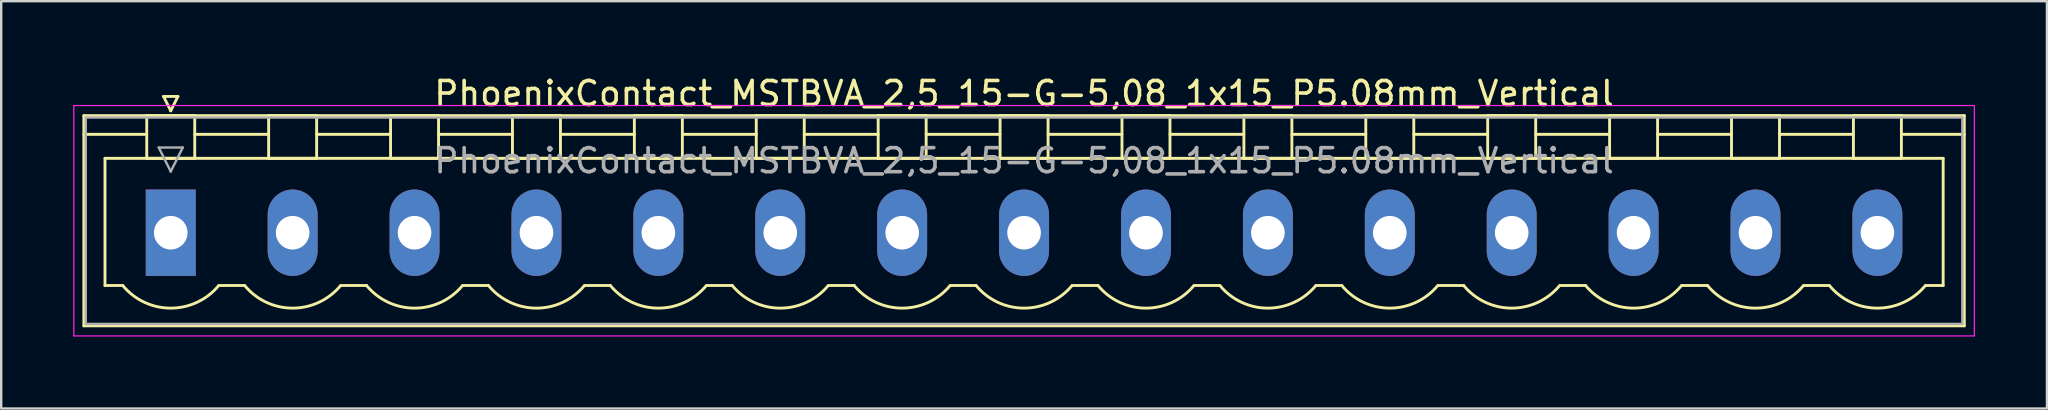
<source format=kicad_pcb>
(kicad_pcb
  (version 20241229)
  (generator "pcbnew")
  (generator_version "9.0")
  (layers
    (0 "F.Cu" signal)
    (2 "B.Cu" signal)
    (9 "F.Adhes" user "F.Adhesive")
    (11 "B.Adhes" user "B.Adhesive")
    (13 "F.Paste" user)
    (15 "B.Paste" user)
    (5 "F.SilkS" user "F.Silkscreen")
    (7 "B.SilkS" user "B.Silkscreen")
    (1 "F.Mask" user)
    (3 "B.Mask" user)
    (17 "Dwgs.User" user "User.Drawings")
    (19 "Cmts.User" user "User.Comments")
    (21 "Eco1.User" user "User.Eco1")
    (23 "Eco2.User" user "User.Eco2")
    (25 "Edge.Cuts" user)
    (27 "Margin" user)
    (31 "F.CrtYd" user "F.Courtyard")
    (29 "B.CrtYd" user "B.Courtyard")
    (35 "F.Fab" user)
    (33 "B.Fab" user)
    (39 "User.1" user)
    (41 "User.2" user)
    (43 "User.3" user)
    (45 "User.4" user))
  (footprint "PhoenixContact_MSTBVA_2,5_15-G-5,08_1x15_P5.08mm_Vertical"
    (layer "F.Cu")
    (at 4.065 6.648)
    (property "Reference" "PhoenixContact_MSTBVA_2,5_15-G-5,08_1x15_P5.08mm_Vertical" (at 35.56 -5.8 0) (layer "F.SilkS") (effects (font (size 1 1) (thickness 0.15))))
    (attr through_hole)
    (fp_line (start -3.62 -4.88) (end -3.62 3.88) (stroke (width 0.12) (type solid)) (layer "F.SilkS"))
    (fp_line (start -3.62 -4.1) (end -1.08 -4.1) (stroke (width 0.12) (type solid)) (layer "F.SilkS"))
    (fp_line (start -3.62 3.88) (end 74.74 3.88) (stroke (width 0.12) (type solid)) (layer "F.SilkS"))
    (fp_line (start -2.74 -3.1) (end 73.86 -3.1) (stroke (width 0.12) (type solid)) (layer "F.SilkS"))
    (fp_line (start -2.74 2.2) (end -2.74 -3.1) (stroke (width 0.12) (type solid)) (layer "F.SilkS"))
    (fp_line (start -2 2.2) (end -2.74 2.2) (stroke (width 0.12) (type solid)) (layer "F.SilkS"))
    (fp_line (start -1 -4.88) (end 1 -4.88) (stroke (width 0.12) (type solid)) (layer "F.SilkS"))
    (fp_line (start -1 -3.1) (end -1 -4.88) (stroke (width 0.12) (type solid)) (layer "F.SilkS"))
    (fp_line (start -0.3 -5.68) (end 0.3 -5.68) (stroke (width 0.12) (type solid)) (layer "F.SilkS"))
    (fp_line (start 0 -5.08) (end -0.3 -5.68) (stroke (width 0.12) (type solid)) (layer "F.SilkS"))
    (fp_line (start 0.3 -5.68) (end 0 -5.08) (stroke (width 0.12) (type solid)) (layer "F.SilkS"))
    (fp_line (start 1 -4.88) (end 1 -3.1) (stroke (width 0.12) (type solid)) (layer "F.SilkS"))
    (fp_line (start 1 -4.1) (end 4.08 -4.1) (stroke (width 0.12) (type solid)) (layer "F.SilkS"))
    (fp_line (start 1 -3.1) (end -1 -3.1) (stroke (width 0.12) (type solid)) (layer "F.SilkS"))
    (fp_line (start 2 2.2) (end 3.08 2.2) (stroke (width 0.12) (type solid)) (layer "F.SilkS"))
    (fp_line (start 4.08 -4.88) (end 6.08 -4.88) (stroke (width 0.12) (type solid)) (layer "F.SilkS"))
    (fp_line (start 4.08 -3.1) (end 4.08 -4.88) (stroke (width 0.12) (type solid)) (layer "F.SilkS"))
    (fp_line (start 6.08 -4.88) (end 6.08 -3.1) (stroke (width 0.12) (type solid)) (layer "F.SilkS"))
    (fp_line (start 6.08 -4.1) (end 9.16 -4.1) (stroke (width 0.12) (type solid)) (layer "F.SilkS"))
    (fp_line (start 6.08 -3.1) (end 4.08 -3.1) (stroke (width 0.12) (type solid)) (layer "F.SilkS"))
    (fp_line (start 7.08 2.2) (end 8.16 2.2) (stroke (width 0.12) (type solid)) (layer "F.SilkS"))
    (fp_line (start 9.16 -4.88) (end 11.16 -4.88) (stroke (width 0.12) (type solid)) (layer "F.SilkS"))
    (fp_line (start 9.16 -3.1) (end 9.16 -4.88) (stroke (width 0.12) (type solid)) (layer "F.SilkS"))
    (fp_line (start 11.16 -4.88) (end 11.16 -3.1) (stroke (width 0.12) (type solid)) (layer "F.SilkS"))
    (fp_line (start 11.16 -4.1) (end 14.24 -4.1) (stroke (width 0.12) (type solid)) (layer "F.SilkS"))
    (fp_line (start 11.16 -3.1) (end 9.16 -3.1) (stroke (width 0.12) (type solid)) (layer "F.SilkS"))
    (fp_line (start 12.16 2.2) (end 13.24 2.2) (stroke (width 0.12) (type solid)) (layer "F.SilkS"))
    (fp_line (start 14.24 -4.88) (end 16.24 -4.88) (stroke (width 0.12) (type solid)) (layer "F.SilkS"))
    (fp_line (start 14.24 -3.1) (end 14.24 -4.88) (stroke (width 0.12) (type solid)) (layer "F.SilkS"))
    (fp_line (start 16.24 -4.88) (end 16.24 -3.1) (stroke (width 0.12) (type solid)) (layer "F.SilkS"))
    (fp_line (start 16.24 -4.1) (end 19.32 -4.1) (stroke (width 0.12) (type solid)) (layer "F.SilkS"))
    (fp_line (start 16.24 -3.1) (end 14.24 -3.1) (stroke (width 0.12) (type solid)) (layer "F.SilkS"))
    (fp_line (start 17.24 2.2) (end 18.32 2.2) (stroke (width 0.12) (type solid)) (layer "F.SilkS"))
    (fp_line (start 19.32 -4.88) (end 21.32 -4.88) (stroke (width 0.12) (type solid)) (layer "F.SilkS"))
    (fp_line (start 19.32 -3.1) (end 19.32 -4.88) (stroke (width 0.12) (type solid)) (layer "F.SilkS"))
    (fp_line (start 21.32 -4.88) (end 21.32 -3.1) (stroke (width 0.12) (type solid)) (layer "F.SilkS"))
    (fp_line (start 21.32 -4.1) (end 24.4 -4.1) (stroke (width 0.12) (type solid)) (layer "F.SilkS"))
    (fp_line (start 21.32 -3.1) (end 19.32 -3.1) (stroke (width 0.12) (type solid)) (layer "F.SilkS"))
    (fp_line (start 22.32 2.2) (end 23.4 2.2) (stroke (width 0.12) (type solid)) (layer "F.SilkS"))
    (fp_line (start 24.4 -4.88) (end 26.4 -4.88) (stroke (width 0.12) (type solid)) (layer "F.SilkS"))
    (fp_line (start 24.4 -3.1) (end 24.4 -4.88) (stroke (width 0.12) (type solid)) (layer "F.SilkS"))
    (fp_line (start 26.4 -4.88) (end 26.4 -3.1) (stroke (width 0.12) (type solid)) (layer "F.SilkS"))
    (fp_line (start 26.4 -4.1) (end 29.48 -4.1) (stroke (width 0.12) (type solid)) (layer "F.SilkS"))
    (fp_line (start 26.4 -3.1) (end 24.4 -3.1) (stroke (width 0.12) (type solid)) (layer "F.SilkS"))
    (fp_line (start 27.4 2.2) (end 28.48 2.2) (stroke (width 0.12) (type solid)) (layer "F.SilkS"))
    (fp_line (start 29.48 -4.88) (end 31.48 -4.88) (stroke (width 0.12) (type solid)) (layer "F.SilkS"))
    (fp_line (start 29.48 -3.1) (end 29.48 -4.88) (stroke (width 0.12) (type solid)) (layer "F.SilkS"))
    (fp_line (start 31.48 -4.88) (end 31.48 -3.1) (stroke (width 0.12) (type solid)) (layer "F.SilkS"))
    (fp_line (start 31.48 -4.1) (end 34.56 -4.1) (stroke (width 0.12) (type solid)) (layer "F.SilkS"))
    (fp_line (start 31.48 -3.1) (end 29.48 -3.1) (stroke (width 0.12) (type solid)) (layer "F.SilkS"))
    (fp_line (start 32.48 2.2) (end 33.56 2.2) (stroke (width 0.12) (type solid)) (layer "F.SilkS"))
    (fp_line (start 34.56 -4.88) (end 36.56 -4.88) (stroke (width 0.12) (type solid)) (layer "F.SilkS"))
    (fp_line (start 34.56 -3.1) (end 34.56 -4.88) (stroke (width 0.12) (type solid)) (layer "F.SilkS"))
    (fp_line (start 36.56 -4.88) (end 36.56 -3.1) (stroke (width 0.12) (type solid)) (layer "F.SilkS"))
    (fp_line (start 36.56 -4.1) (end 39.64 -4.1) (stroke (width 0.12) (type solid)) (layer "F.SilkS"))
    (fp_line (start 36.56 -3.1) (end 34.56 -3.1) (stroke (width 0.12) (type solid)) (layer "F.SilkS"))
    (fp_line (start 37.56 2.2) (end 38.64 2.2) (stroke (width 0.12) (type solid)) (layer "F.SilkS"))
    (fp_line (start 39.64 -4.88) (end 41.64 -4.88) (stroke (width 0.12) (type solid)) (layer "F.SilkS"))
    (fp_line (start 39.64 -3.1) (end 39.64 -4.88) (stroke (width 0.12) (type solid)) (layer "F.SilkS"))
    (fp_line (start 41.64 -4.88) (end 41.64 -3.1) (stroke (width 0.12) (type solid)) (layer "F.SilkS"))
    (fp_line (start 41.64 -4.1) (end 44.72 -4.1) (stroke (width 0.12) (type solid)) (layer "F.SilkS"))
    (fp_line (start 41.64 -3.1) (end 39.64 -3.1) (stroke (width 0.12) (type solid)) (layer "F.SilkS"))
    (fp_line (start 42.64 2.2) (end 43.72 2.2) (stroke (width 0.12) (type solid)) (layer "F.SilkS"))
    (fp_line (start 44.72 -4.88) (end 46.72 -4.88) (stroke (width 0.12) (type solid)) (layer "F.SilkS"))
    (fp_line (start 44.72 -3.1) (end 44.72 -4.88) (stroke (width 0.12) (type solid)) (layer "F.SilkS"))
    (fp_line (start 46.72 -4.88) (end 46.72 -3.1) (stroke (width 0.12) (type solid)) (layer "F.SilkS"))
    (fp_line (start 46.72 -4.1) (end 49.8 -4.1) (stroke (width 0.12) (type solid)) (layer "F.SilkS"))
    (fp_line (start 46.72 -3.1) (end 44.72 -3.1) (stroke (width 0.12) (type solid)) (layer "F.SilkS"))
    (fp_line (start 47.72 2.2) (end 48.8 2.2) (stroke (width 0.12) (type solid)) (layer "F.SilkS"))
    (fp_line (start 49.8 -4.88) (end 51.8 -4.88) (stroke (width 0.12) (type solid)) (layer "F.SilkS"))
    (fp_line (start 49.8 -3.1) (end 49.8 -4.88) (stroke (width 0.12) (type solid)) (layer "F.SilkS"))
    (fp_line (start 51.8 -4.88) (end 51.8 -3.1) (stroke (width 0.12) (type solid)) (layer "F.SilkS"))
    (fp_line (start 51.8 -4.1) (end 54.88 -4.1) (stroke (width 0.12) (type solid)) (layer "F.SilkS"))
    (fp_line (start 51.8 -3.1) (end 49.8 -3.1) (stroke (width 0.12) (type solid)) (layer "F.SilkS"))
    (fp_line (start 52.8 2.2) (end 53.88 2.2) (stroke (width 0.12) (type solid)) (layer "F.SilkS"))
    (fp_line (start 54.88 -4.88) (end 56.88 -4.88) (stroke (width 0.12) (type solid)) (layer "F.SilkS"))
    (fp_line (start 54.88 -3.1) (end 54.88 -4.88) (stroke (width 0.12) (type solid)) (layer "F.SilkS"))
    (fp_line (start 56.88 -4.88) (end 56.88 -3.1) (stroke (width 0.12) (type solid)) (layer "F.SilkS"))
    (fp_line (start 56.88 -4.1) (end 59.96 -4.1) (stroke (width 0.12) (type solid)) (layer "F.SilkS"))
    (fp_line (start 56.88 -3.1) (end 54.88 -3.1) (stroke (width 0.12) (type solid)) (layer "F.SilkS"))
    (fp_line (start 57.88 2.2) (end 58.96 2.2) (stroke (width 0.12) (type solid)) (layer "F.SilkS"))
    (fp_line (start 59.96 -4.88) (end 61.96 -4.88) (stroke (width 0.12) (type solid)) (layer "F.SilkS"))
    (fp_line (start 59.96 -3.1) (end 59.96 -4.88) (stroke (width 0.12) (type solid)) (layer "F.SilkS"))
    (fp_line (start 61.96 -4.88) (end 61.96 -3.1) (stroke (width 0.12) (type solid)) (layer "F.SilkS"))
    (fp_line (start 61.96 -4.1) (end 65.04 -4.1) (stroke (width 0.12) (type solid)) (layer "F.SilkS"))
    (fp_line (start 61.96 -3.1) (end 59.96 -3.1) (stroke (width 0.12) (type solid)) (layer "F.SilkS"))
    (fp_line (start 62.96 2.2) (end 64.04 2.2) (stroke (width 0.12) (type solid)) (layer "F.SilkS"))
    (fp_line (start 65.04 -4.88) (end 67.04 -4.88) (stroke (width 0.12) (type solid)) (layer "F.SilkS"))
    (fp_line (start 65.04 -3.1) (end 65.04 -4.88) (stroke (width 0.12) (type solid)) (layer "F.SilkS"))
    (fp_line (start 67.04 -4.88) (end 67.04 -3.1) (stroke (width 0.12) (type solid)) (layer "F.SilkS"))
    (fp_line (start 67.04 -4.1) (end 70.12 -4.1) (stroke (width 0.12) (type solid)) (layer "F.SilkS"))
    (fp_line (start 67.04 -3.1) (end 65.04 -3.1) (stroke (width 0.12) (type solid)) (layer "F.SilkS"))
    (fp_line (start 68.04 2.2) (end 69.12 2.2) (stroke (width 0.12) (type solid)) (layer "F.SilkS"))
    (fp_line (start 70.12 -4.88) (end 72.12 -4.88) (stroke (width 0.12) (type solid)) (layer "F.SilkS"))
    (fp_line (start 70.12 -3.1) (end 70.12 -4.88) (stroke (width 0.12) (type solid)) (layer "F.SilkS"))
    (fp_line (start 72.12 -4.88) (end 72.12 -3.1) (stroke (width 0.12) (type solid)) (layer "F.SilkS"))
    (fp_line (start 72.12 -3.1) (end 70.12 -3.1) (stroke (width 0.12) (type solid)) (layer "F.SilkS"))
    (fp_line (start 73.86 -3.1) (end 73.86 2.2) (stroke (width 0.12) (type solid)) (layer "F.SilkS"))
    (fp_line (start 73.86 2.2) (end 73.12 2.2) (stroke (width 0.12) (type solid)) (layer "F.SilkS"))
    (fp_line (start 74.74 -4.88) (end -3.62 -4.88) (stroke (width 0.12) (type solid)) (layer "F.SilkS"))
    (fp_line (start 74.74 -4.1) (end 72.2 -4.1) (stroke (width 0.12) (type solid)) (layer "F.SilkS"))
    (fp_line (start 74.74 3.88) (end 74.74 -4.88) (stroke (width 0.12) (type solid)) (layer "F.SilkS"))
    (fp_arc (start 1.986842 2.215821) (mid -0.010289 3.142758) (end -2 2.2) (stroke (width 0.12) (type solid)) (layer "F.SilkS"))
    (fp_arc (start 7.066842 2.215821) (mid 5.069711 3.142758) (end 3.08 2.2) (stroke (width 0.12) (type solid)) (layer "F.SilkS"))
    (fp_arc (start 12.146842 2.215821) (mid 10.149711 3.142758) (end 8.16 2.2) (stroke (width 0.12) (type solid)) (layer "F.SilkS"))
    (fp_arc (start 17.226842 2.215821) (mid 15.229711 3.142758) (end 13.24 2.2) (stroke (width 0.12) (type solid)) (layer "F.SilkS"))
    (fp_arc (start 22.306842 2.215821) (mid 20.309711 3.142758) (end 18.32 2.2) (stroke (width 0.12) (type solid)) (layer "F.SilkS"))
    (fp_arc (start 27.386842 2.215821) (mid 25.389711 3.142758) (end 23.4 2.2) (stroke (width 0.12) (type solid)) (layer "F.SilkS"))
    (fp_arc (start 32.466842 2.215821) (mid 30.469711 3.142758) (end 28.48 2.2) (stroke (width 0.12) (type solid)) (layer "F.SilkS"))
    (fp_arc (start 37.546842 2.215821) (mid 35.549711 3.142758) (end 33.56 2.2) (stroke (width 0.12) (type solid)) (layer "F.SilkS"))
    (fp_arc (start 42.626842 2.215821) (mid 40.629711 3.142758) (end 38.64 2.2) (stroke (width 0.12) (type solid)) (layer "F.SilkS"))
    (fp_arc (start 47.706842 2.215821) (mid 45.709711 3.142758) (end 43.72 2.2) (stroke (width 0.12) (type solid)) (layer "F.SilkS"))
    (fp_arc (start 52.786842 2.215821) (mid 50.789711 3.142758) (end 48.8 2.2) (stroke (width 0.12) (type solid)) (layer "F.SilkS"))
    (fp_arc (start 57.866842 2.215821) (mid 55.869711 3.142758) (end 53.88 2.2) (stroke (width 0.12) (type solid)) (layer "F.SilkS"))
    (fp_arc (start 62.946842 2.215821) (mid 60.949711 3.142758) (end 58.96 2.2) (stroke (width 0.12) (type solid)) (layer "F.SilkS"))
    (fp_arc (start 68.026842 2.215821) (mid 66.029711 3.142758) (end 64.04 2.2) (stroke (width 0.12) (type solid)) (layer "F.SilkS"))
    (fp_arc (start 73.106842 2.215821) (mid 71.109711 3.142758) (end 69.12 2.2) (stroke (width 0.12) (type solid)) (layer "F.SilkS"))
    (fp_line (start -4.04 -5.3) (end -4.04 4.3) (stroke (width 0.05) (type solid)) (layer "F.CrtYd"))
    (fp_line (start -4.04 4.3) (end 75.16 4.3) (stroke (width 0.05) (type solid)) (layer "F.CrtYd"))
    (fp_line (start 75.16 -5.3) (end -4.04 -5.3) (stroke (width 0.05) (type solid)) (layer "F.CrtYd"))
    (fp_line (start 75.16 4.3) (end 75.16 -5.3) (stroke (width 0.05) (type solid)) (layer "F.CrtYd"))
    (fp_line (start -3.54 -4.8) (end -3.54 3.8) (stroke (width 0.1) (type solid)) (layer "F.Fab"))
    (fp_line (start -3.54 3.8) (end 74.66 3.8) (stroke (width 0.1) (type solid)) (layer "F.Fab"))
    (fp_line (start -0.5 -3.55) (end 0.5 -3.55) (stroke (width 0.1) (type solid)) (layer "F.Fab"))
    (fp_line (start 0 -2.55) (end -0.5 -3.55) (stroke (width 0.1) (type solid)) (layer "F.Fab"))
    (fp_line (start 0.5 -3.55) (end 0 -2.55) (stroke (width 0.1) (type solid)) (layer "F.Fab"))
    (fp_line (start 74.66 -4.8) (end -3.54 -4.8) (stroke (width 0.1) (type solid)) (layer "F.Fab"))
    (fp_line (start 74.66 3.8) (end 74.66 -4.8) (stroke (width 0.1) (type solid)) (layer "F.Fab"))
    (fp_text user "${REFERENCE}" (at 35.56 -3 0) (layer "F.Fab") (effects (font (size 1 1) (thickness 0.15))))
    (pad "1" thru_hole rect (at 0 0) (size 2.08 3.6) (drill 1.4) (layers "*.Cu" "*.Mask"))
    (pad "2" thru_hole oval (at 5.08 0) (size 2.08 3.6) (drill 1.4) (layers "*.Cu" "*.Mask"))
    (pad "3" thru_hole oval (at 10.16 0) (size 2.08 3.6) (drill 1.4) (layers "*.Cu" "*.Mask"))
    (pad "4" thru_hole oval (at 15.24 0) (size 2.08 3.6) (drill 1.4) (layers "*.Cu" "*.Mask"))
    (pad "5" thru_hole oval (at 20.32 0) (size 2.08 3.6) (drill 1.4) (layers "*.Cu" "*.Mask"))
    (pad "6" thru_hole oval (at 25.4 0) (size 2.08 3.6) (drill 1.4) (layers "*.Cu" "*.Mask"))
    (pad "7" thru_hole oval (at 30.48 0) (size 2.08 3.6) (drill 1.4) (layers "*.Cu" "*.Mask"))
    (pad "8" thru_hole oval (at 35.56 0) (size 2.08 3.6) (drill 1.4) (layers "*.Cu" "*.Mask"))
    (pad "9" thru_hole oval (at 40.64 0) (size 2.08 3.6) (drill 1.4) (layers "*.Cu" "*.Mask"))
    (pad "10" thru_hole oval (at 45.72 0) (size 2.08 3.6) (drill 1.4) (layers "*.Cu" "*.Mask"))
    (pad "11" thru_hole oval (at 50.8 0) (size 2.08 3.6) (drill 1.4) (layers "*.Cu" "*.Mask"))
    (pad "12" thru_hole oval (at 55.88 0) (size 2.08 3.6) (drill 1.4) (layers "*.Cu" "*.Mask"))
    (pad "13" thru_hole oval (at 60.96 0) (size 2.08 3.6) (drill 1.4) (layers "*.Cu" "*.Mask"))
    (pad "14" thru_hole oval (at 66.04 0) (size 2.08 3.6) (drill 1.4) (layers "*.Cu" "*.Mask"))
    (pad "15" thru_hole oval (at 71.12 0) (size 2.08 3.6) (drill 1.4) (layers "*.Cu" "*.Mask")))
  (gr_rect
    (start -3 -3)
    (end 82.25 13.973)
    (stroke (width 0.1) (type default))
    (fill no)
    (layer "Edge.Cuts")))
</source>
